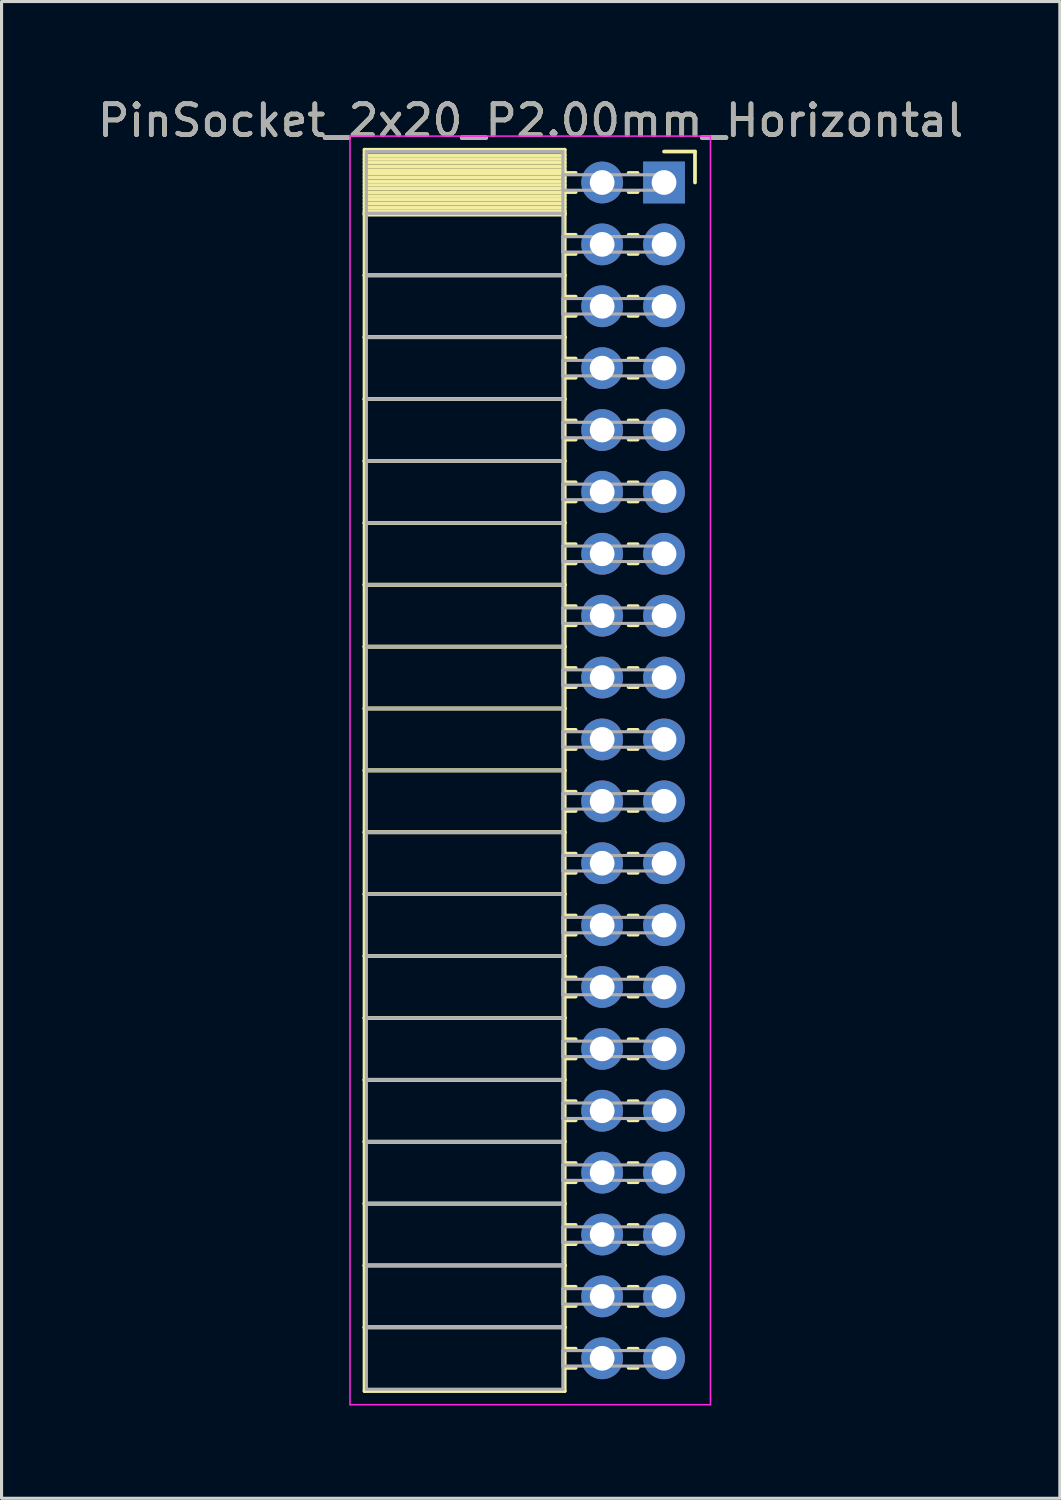
<source format=kicad_pcb>
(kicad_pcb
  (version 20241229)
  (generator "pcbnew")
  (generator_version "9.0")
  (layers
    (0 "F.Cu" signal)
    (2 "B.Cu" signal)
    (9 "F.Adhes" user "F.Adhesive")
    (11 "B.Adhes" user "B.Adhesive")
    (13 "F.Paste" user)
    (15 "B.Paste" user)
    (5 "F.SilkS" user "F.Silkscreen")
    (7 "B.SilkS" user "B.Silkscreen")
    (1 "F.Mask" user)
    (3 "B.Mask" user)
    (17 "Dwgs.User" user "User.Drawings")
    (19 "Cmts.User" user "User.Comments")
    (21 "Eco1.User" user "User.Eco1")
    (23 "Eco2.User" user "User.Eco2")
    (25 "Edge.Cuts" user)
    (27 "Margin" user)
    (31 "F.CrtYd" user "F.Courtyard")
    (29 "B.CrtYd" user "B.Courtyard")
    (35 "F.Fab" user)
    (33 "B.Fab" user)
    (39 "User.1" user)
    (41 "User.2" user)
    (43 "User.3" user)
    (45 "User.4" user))
  (footprint "PinSocket_2x20_P2.00mm_Horizontal"
    (layer "F.Cu")
    (at 18.411 2.848)
    (property "Reference" "PinSocket_2x20_P2.00mm_Horizontal" (at -4.31 -2 0) (layer "F.SilkS") (effects (font (size 1 1) (thickness 0.15))))
    (attr through_hole)
    (fp_line (start -9.68 -1.06) (end -3.21 -1.06) (stroke (width 0.12) (type solid)) (layer "F.SilkS"))
    (fp_line (start -9.68 1) (end -9.68 -1.06) (stroke (width 0.12) (type solid)) (layer "F.SilkS"))
    (fp_line (start -9.68 1) (end -3.21 1) (stroke (width 0.12) (type solid)) (layer "F.SilkS"))
    (fp_line (start -9.68 3) (end -9.68 1) (stroke (width 0.12) (type solid)) (layer "F.SilkS"))
    (fp_line (start -9.68 3) (end -3.21 3) (stroke (width 0.12) (type solid)) (layer "F.SilkS"))
    (fp_line (start -9.68 5) (end -9.68 3) (stroke (width 0.12) (type solid)) (layer "F.SilkS"))
    (fp_line (start -9.68 5) (end -3.21 5) (stroke (width 0.12) (type solid)) (layer "F.SilkS"))
    (fp_line (start -9.68 7) (end -9.68 5) (stroke (width 0.12) (type solid)) (layer "F.SilkS"))
    (fp_line (start -9.68 7) (end -3.21 7) (stroke (width 0.12) (type solid)) (layer "F.SilkS"))
    (fp_line (start -9.68 9) (end -9.68 7) (stroke (width 0.12) (type solid)) (layer "F.SilkS"))
    (fp_line (start -9.68 9) (end -3.21 9) (stroke (width 0.12) (type solid)) (layer "F.SilkS"))
    (fp_line (start -9.68 11) (end -9.68 9) (stroke (width 0.12) (type solid)) (layer "F.SilkS"))
    (fp_line (start -9.68 11) (end -3.21 11) (stroke (width 0.12) (type solid)) (layer "F.SilkS"))
    (fp_line (start -9.68 13) (end -9.68 11) (stroke (width 0.12) (type solid)) (layer "F.SilkS"))
    (fp_line (start -9.68 13) (end -3.21 13) (stroke (width 0.12) (type solid)) (layer "F.SilkS"))
    (fp_line (start -9.68 15) (end -9.68 13) (stroke (width 0.12) (type solid)) (layer "F.SilkS"))
    (fp_line (start -9.68 15) (end -3.21 15) (stroke (width 0.12) (type solid)) (layer "F.SilkS"))
    (fp_line (start -9.68 17) (end -9.68 15) (stroke (width 0.12) (type solid)) (layer "F.SilkS"))
    (fp_line (start -9.68 17) (end -3.21 17) (stroke (width 0.12) (type solid)) (layer "F.SilkS"))
    (fp_line (start -9.68 19) (end -9.68 17) (stroke (width 0.12) (type solid)) (layer "F.SilkS"))
    (fp_line (start -9.68 19) (end -3.21 19) (stroke (width 0.12) (type solid)) (layer "F.SilkS"))
    (fp_line (start -9.68 21) (end -9.68 19) (stroke (width 0.12) (type solid)) (layer "F.SilkS"))
    (fp_line (start -9.68 21) (end -3.21 21) (stroke (width 0.12) (type solid)) (layer "F.SilkS"))
    (fp_line (start -9.68 23) (end -9.68 21) (stroke (width 0.12) (type solid)) (layer "F.SilkS"))
    (fp_line (start -9.68 23) (end -3.21 23) (stroke (width 0.12) (type solid)) (layer "F.SilkS"))
    (fp_line (start -9.68 25) (end -9.68 23) (stroke (width 0.12) (type solid)) (layer "F.SilkS"))
    (fp_line (start -9.68 25) (end -3.21 25) (stroke (width 0.12) (type solid)) (layer "F.SilkS"))
    (fp_line (start -9.68 27) (end -9.68 25) (stroke (width 0.12) (type solid)) (layer "F.SilkS"))
    (fp_line (start -9.68 27) (end -3.21 27) (stroke (width 0.12) (type solid)) (layer "F.SilkS"))
    (fp_line (start -9.68 29) (end -9.68 27) (stroke (width 0.12) (type solid)) (layer "F.SilkS"))
    (fp_line (start -9.68 29) (end -3.21 29) (stroke (width 0.12) (type solid)) (layer "F.SilkS"))
    (fp_line (start -9.68 31) (end -9.68 29) (stroke (width 0.12) (type solid)) (layer "F.SilkS"))
    (fp_line (start -9.68 31) (end -3.21 31) (stroke (width 0.12) (type solid)) (layer "F.SilkS"))
    (fp_line (start -9.68 33) (end -9.68 31) (stroke (width 0.12) (type solid)) (layer "F.SilkS"))
    (fp_line (start -9.68 33) (end -3.21 33) (stroke (width 0.12) (type solid)) (layer "F.SilkS"))
    (fp_line (start -9.68 35) (end -9.68 33) (stroke (width 0.12) (type solid)) (layer "F.SilkS"))
    (fp_line (start -9.68 35) (end -3.21 35) (stroke (width 0.12) (type solid)) (layer "F.SilkS"))
    (fp_line (start -9.68 37) (end -9.68 35) (stroke (width 0.12) (type solid)) (layer "F.SilkS"))
    (fp_line (start -9.68 37) (end -3.21 37) (stroke (width 0.12) (type solid)) (layer "F.SilkS"))
    (fp_line (start -9.68 39.06) (end -9.68 37) (stroke (width 0.12) (type solid)) (layer "F.SilkS"))
    (fp_line (start -3.21 -1.06) (end -3.21 1) (stroke (width 0.12) (type solid)) (layer "F.SilkS"))
    (fp_line (start -3.21 -0.88) (end -9.68 -0.88) (stroke (width 0.12) (type solid)) (layer "F.SilkS"))
    (fp_line (start -3.21 -0.76) (end -9.68 -0.76) (stroke (width 0.12) (type solid)) (layer "F.SilkS"))
    (fp_line (start -3.21 -0.64) (end -9.68 -0.64) (stroke (width 0.12) (type solid)) (layer "F.SilkS"))
    (fp_line (start -3.21 -0.52) (end -9.68 -0.52) (stroke (width 0.12) (type solid)) (layer "F.SilkS"))
    (fp_line (start -3.21 -0.4) (end -9.68 -0.4) (stroke (width 0.12) (type solid)) (layer "F.SilkS"))
    (fp_line (start -3.21 -0.28) (end -9.68 -0.28) (stroke (width 0.12) (type solid)) (layer "F.SilkS"))
    (fp_line (start -3.21 -0.16) (end -9.68 -0.16) (stroke (width 0.12) (type solid)) (layer "F.SilkS"))
    (fp_line (start -3.21 -0.04) (end -9.68 -0.04) (stroke (width 0.12) (type solid)) (layer "F.SilkS"))
    (fp_line (start -3.21 0.08) (end -9.68 0.08) (stroke (width 0.12) (type solid)) (layer "F.SilkS"))
    (fp_line (start -3.21 0.2) (end -9.68 0.2) (stroke (width 0.12) (type solid)) (layer "F.SilkS"))
    (fp_line (start -3.21 0.32) (end -9.68 0.32) (stroke (width 0.12) (type solid)) (layer "F.SilkS"))
    (fp_line (start -3.21 0.44) (end -9.68 0.44) (stroke (width 0.12) (type solid)) (layer "F.SilkS"))
    (fp_line (start -3.21 0.56) (end -9.68 0.56) (stroke (width 0.12) (type solid)) (layer "F.SilkS"))
    (fp_line (start -3.21 0.68) (end -9.68 0.68) (stroke (width 0.12) (type solid)) (layer "F.SilkS"))
    (fp_line (start -3.21 0.8) (end -9.68 0.8) (stroke (width 0.12) (type solid)) (layer "F.SilkS"))
    (fp_line (start -3.21 0.92) (end -9.68 0.92) (stroke (width 0.12) (type solid)) (layer "F.SilkS"))
    (fp_line (start -3.21 1) (end -9.68 1) (stroke (width 0.12) (type solid)) (layer "F.SilkS"))
    (fp_line (start -3.21 1) (end -3.21 3) (stroke (width 0.12) (type solid)) (layer "F.SilkS"))
    (fp_line (start -3.21 1.04) (end -9.68 1.04) (stroke (width 0.12) (type solid)) (layer "F.SilkS"))
    (fp_line (start -3.21 3) (end -9.68 3) (stroke (width 0.12) (type solid)) (layer "F.SilkS"))
    (fp_line (start -3.21 3) (end -3.21 5) (stroke (width 0.12) (type solid)) (layer "F.SilkS"))
    (fp_line (start -3.21 5) (end -9.68 5) (stroke (width 0.12) (type solid)) (layer "F.SilkS"))
    (fp_line (start -3.21 5) (end -3.21 7) (stroke (width 0.12) (type solid)) (layer "F.SilkS"))
    (fp_line (start -3.21 7) (end -9.68 7) (stroke (width 0.12) (type solid)) (layer "F.SilkS"))
    (fp_line (start -3.21 7) (end -3.21 9) (stroke (width 0.12) (type solid)) (layer "F.SilkS"))
    (fp_line (start -3.21 9) (end -9.68 9) (stroke (width 0.12) (type solid)) (layer "F.SilkS"))
    (fp_line (start -3.21 9) (end -3.21 11) (stroke (width 0.12) (type solid)) (layer "F.SilkS"))
    (fp_line (start -3.21 11) (end -9.68 11) (stroke (width 0.12) (type solid)) (layer "F.SilkS"))
    (fp_line (start -3.21 11) (end -3.21 13) (stroke (width 0.12) (type solid)) (layer "F.SilkS"))
    (fp_line (start -3.21 13) (end -9.68 13) (stroke (width 0.12) (type solid)) (layer "F.SilkS"))
    (fp_line (start -3.21 13) (end -3.21 15) (stroke (width 0.12) (type solid)) (layer "F.SilkS"))
    (fp_line (start -3.21 15) (end -9.68 15) (stroke (width 0.12) (type solid)) (layer "F.SilkS"))
    (fp_line (start -3.21 15) (end -3.21 17) (stroke (width 0.12) (type solid)) (layer "F.SilkS"))
    (fp_line (start -3.21 17) (end -9.68 17) (stroke (width 0.12) (type solid)) (layer "F.SilkS"))
    (fp_line (start -3.21 17) (end -3.21 19) (stroke (width 0.12) (type solid)) (layer "F.SilkS"))
    (fp_line (start -3.21 19) (end -9.68 19) (stroke (width 0.12) (type solid)) (layer "F.SilkS"))
    (fp_line (start -3.21 19) (end -3.21 21) (stroke (width 0.12) (type solid)) (layer "F.SilkS"))
    (fp_line (start -3.21 21) (end -9.68 21) (stroke (width 0.12) (type solid)) (layer "F.SilkS"))
    (fp_line (start -3.21 21) (end -3.21 23) (stroke (width 0.12) (type solid)) (layer "F.SilkS"))
    (fp_line (start -3.21 23) (end -9.68 23) (stroke (width 0.12) (type solid)) (layer "F.SilkS"))
    (fp_line (start -3.21 23) (end -3.21 25) (stroke (width 0.12) (type solid)) (layer "F.SilkS"))
    (fp_line (start -3.21 25) (end -9.68 25) (stroke (width 0.12) (type solid)) (layer "F.SilkS"))
    (fp_line (start -3.21 25) (end -3.21 27) (stroke (width 0.12) (type solid)) (layer "F.SilkS"))
    (fp_line (start -3.21 27) (end -9.68 27) (stroke (width 0.12) (type solid)) (layer "F.SilkS"))
    (fp_line (start -3.21 27) (end -3.21 29) (stroke (width 0.12) (type solid)) (layer "F.SilkS"))
    (fp_line (start -3.21 29) (end -9.68 29) (stroke (width 0.12) (type solid)) (layer "F.SilkS"))
    (fp_line (start -3.21 29) (end -3.21 31) (stroke (width 0.12) (type solid)) (layer "F.SilkS"))
    (fp_line (start -3.21 31) (end -9.68 31) (stroke (width 0.12) (type solid)) (layer "F.SilkS"))
    (fp_line (start -3.21 31) (end -3.21 33) (stroke (width 0.12) (type solid)) (layer "F.SilkS"))
    (fp_line (start -3.21 33) (end -9.68 33) (stroke (width 0.12) (type solid)) (layer "F.SilkS"))
    (fp_line (start -3.21 33) (end -3.21 35) (stroke (width 0.12) (type solid)) (layer "F.SilkS"))
    (fp_line (start -3.21 35) (end -9.68 35) (stroke (width 0.12) (type solid)) (layer "F.SilkS"))
    (fp_line (start -3.21 35) (end -3.21 37) (stroke (width 0.12) (type solid)) (layer "F.SilkS"))
    (fp_line (start -3.21 37) (end -9.68 37) (stroke (width 0.12) (type solid)) (layer "F.SilkS"))
    (fp_line (start -3.21 37) (end -3.21 39.06) (stroke (width 0.12) (type solid)) (layer "F.SilkS"))
    (fp_line (start -3.21 39.06) (end -9.68 39.06) (stroke (width 0.12) (type solid)) (layer "F.SilkS"))
    (fp_line (start -2.855 -0.31) (end -3.21 -0.31) (stroke (width 0.12) (type solid)) (layer "F.SilkS"))
    (fp_line (start -2.855 0.31) (end -3.21 0.31) (stroke (width 0.12) (type solid)) (layer "F.SilkS"))
    (fp_line (start -2.855 1.69) (end -3.21 1.69) (stroke (width 0.12) (type solid)) (layer "F.SilkS"))
    (fp_line (start -2.855 2.31) (end -3.21 2.31) (stroke (width 0.12) (type solid)) (layer "F.SilkS"))
    (fp_line (start -2.855 3.69) (end -3.21 3.69) (stroke (width 0.12) (type solid)) (layer "F.SilkS"))
    (fp_line (start -2.855 4.31) (end -3.21 4.31) (stroke (width 0.12) (type solid)) (layer "F.SilkS"))
    (fp_line (start -2.855 5.69) (end -3.21 5.69) (stroke (width 0.12) (type solid)) (layer "F.SilkS"))
    (fp_line (start -2.855 6.31) (end -3.21 6.31) (stroke (width 0.12) (type solid)) (layer "F.SilkS"))
    (fp_line (start -2.855 7.69) (end -3.21 7.69) (stroke (width 0.12) (type solid)) (layer "F.SilkS"))
    (fp_line (start -2.855 8.31) (end -3.21 8.31) (stroke (width 0.12) (type solid)) (layer "F.SilkS"))
    (fp_line (start -2.855 9.69) (end -3.21 9.69) (stroke (width 0.12) (type solid)) (layer "F.SilkS"))
    (fp_line (start -2.855 10.31) (end -3.21 10.31) (stroke (width 0.12) (type solid)) (layer "F.SilkS"))
    (fp_line (start -2.855 11.69) (end -3.21 11.69) (stroke (width 0.12) (type solid)) (layer "F.SilkS"))
    (fp_line (start -2.855 12.31) (end -3.21 12.31) (stroke (width 0.12) (type solid)) (layer "F.SilkS"))
    (fp_line (start -2.855 13.69) (end -3.21 13.69) (stroke (width 0.12) (type solid)) (layer "F.SilkS"))
    (fp_line (start -2.855 14.31) (end -3.21 14.31) (stroke (width 0.12) (type solid)) (layer "F.SilkS"))
    (fp_line (start -2.855 15.69) (end -3.21 15.69) (stroke (width 0.12) (type solid)) (layer "F.SilkS"))
    (fp_line (start -2.855 16.31) (end -3.21 16.31) (stroke (width 0.12) (type solid)) (layer "F.SilkS"))
    (fp_line (start -2.855 17.69) (end -3.21 17.69) (stroke (width 0.12) (type solid)) (layer "F.SilkS"))
    (fp_line (start -2.855 18.31) (end -3.21 18.31) (stroke (width 0.12) (type solid)) (layer "F.SilkS"))
    (fp_line (start -2.855 19.69) (end -3.21 19.69) (stroke (width 0.12) (type solid)) (layer "F.SilkS"))
    (fp_line (start -2.855 20.31) (end -3.21 20.31) (stroke (width 0.12) (type solid)) (layer "F.SilkS"))
    (fp_line (start -2.855 21.69) (end -3.21 21.69) (stroke (width 0.12) (type solid)) (layer "F.SilkS"))
    (fp_line (start -2.855 22.31) (end -3.21 22.31) (stroke (width 0.12) (type solid)) (layer "F.SilkS"))
    (fp_line (start -2.855 23.69) (end -3.21 23.69) (stroke (width 0.12) (type solid)) (layer "F.SilkS"))
    (fp_line (start -2.855 24.31) (end -3.21 24.31) (stroke (width 0.12) (type solid)) (layer "F.SilkS"))
    (fp_line (start -2.855 25.69) (end -3.21 25.69) (stroke (width 0.12) (type solid)) (layer "F.SilkS"))
    (fp_line (start -2.855 26.31) (end -3.21 26.31) (stroke (width 0.12) (type solid)) (layer "F.SilkS"))
    (fp_line (start -2.855 27.69) (end -3.21 27.69) (stroke (width 0.12) (type solid)) (layer "F.SilkS"))
    (fp_line (start -2.855 28.31) (end -3.21 28.31) (stroke (width 0.12) (type solid)) (layer "F.SilkS"))
    (fp_line (start -2.855 29.69) (end -3.21 29.69) (stroke (width 0.12) (type solid)) (layer "F.SilkS"))
    (fp_line (start -2.855 30.31) (end -3.21 30.31) (stroke (width 0.12) (type solid)) (layer "F.SilkS"))
    (fp_line (start -2.855 31.69) (end -3.21 31.69) (stroke (width 0.12) (type solid)) (layer "F.SilkS"))
    (fp_line (start -2.855 32.31) (end -3.21 32.31) (stroke (width 0.12) (type solid)) (layer "F.SilkS"))
    (fp_line (start -2.855 33.69) (end -3.21 33.69) (stroke (width 0.12) (type solid)) (layer "F.SilkS"))
    (fp_line (start -2.855 34.31) (end -3.21 34.31) (stroke (width 0.12) (type solid)) (layer "F.SilkS"))
    (fp_line (start -2.855 35.69) (end -3.21 35.69) (stroke (width 0.12) (type solid)) (layer "F.SilkS"))
    (fp_line (start -2.855 36.31) (end -3.21 36.31) (stroke (width 0.12) (type solid)) (layer "F.SilkS"))
    (fp_line (start -2.855 37.69) (end -3.21 37.69) (stroke (width 0.12) (type solid)) (layer "F.SilkS"))
    (fp_line (start -2.855 38.31) (end -3.21 38.31) (stroke (width 0.12) (type solid)) (layer "F.SilkS"))
    (fp_line (start -0.855 -0.31) (end -1.145 -0.31) (stroke (width 0.12) (type solid)) (layer "F.SilkS"))
    (fp_line (start -0.855 0.31) (end -1.145 0.31) (stroke (width 0.12) (type solid)) (layer "F.SilkS"))
    (fp_line (start -0.855 1.69) (end -1.145 1.69) (stroke (width 0.12) (type solid)) (layer "F.SilkS"))
    (fp_line (start -0.855 2.31) (end -1.145 2.31) (stroke (width 0.12) (type solid)) (layer "F.SilkS"))
    (fp_line (start -0.855 3.69) (end -1.145 3.69) (stroke (width 0.12) (type solid)) (layer "F.SilkS"))
    (fp_line (start -0.855 4.31) (end -1.145 4.31) (stroke (width 0.12) (type solid)) (layer "F.SilkS"))
    (fp_line (start -0.855 5.69) (end -1.145 5.69) (stroke (width 0.12) (type solid)) (layer "F.SilkS"))
    (fp_line (start -0.855 6.31) (end -1.145 6.31) (stroke (width 0.12) (type solid)) (layer "F.SilkS"))
    (fp_line (start -0.855 7.69) (end -1.145 7.69) (stroke (width 0.12) (type solid)) (layer "F.SilkS"))
    (fp_line (start -0.855 8.31) (end -1.145 8.31) (stroke (width 0.12) (type solid)) (layer "F.SilkS"))
    (fp_line (start -0.855 9.69) (end -1.145 9.69) (stroke (width 0.12) (type solid)) (layer "F.SilkS"))
    (fp_line (start -0.855 10.31) (end -1.145 10.31) (stroke (width 0.12) (type solid)) (layer "F.SilkS"))
    (fp_line (start -0.855 11.69) (end -1.145 11.69) (stroke (width 0.12) (type solid)) (layer "F.SilkS"))
    (fp_line (start -0.855 12.31) (end -1.145 12.31) (stroke (width 0.12) (type solid)) (layer "F.SilkS"))
    (fp_line (start -0.855 13.69) (end -1.145 13.69) (stroke (width 0.12) (type solid)) (layer "F.SilkS"))
    (fp_line (start -0.855 14.31) (end -1.145 14.31) (stroke (width 0.12) (type solid)) (layer "F.SilkS"))
    (fp_line (start -0.855 15.69) (end -1.145 15.69) (stroke (width 0.12) (type solid)) (layer "F.SilkS"))
    (fp_line (start -0.855 16.31) (end -1.145 16.31) (stroke (width 0.12) (type solid)) (layer "F.SilkS"))
    (fp_line (start -0.855 17.69) (end -1.145 17.69) (stroke (width 0.12) (type solid)) (layer "F.SilkS"))
    (fp_line (start -0.855 18.31) (end -1.145 18.31) (stroke (width 0.12) (type solid)) (layer "F.SilkS"))
    (fp_line (start -0.855 19.69) (end -1.145 19.69) (stroke (width 0.12) (type solid)) (layer "F.SilkS"))
    (fp_line (start -0.855 20.31) (end -1.145 20.31) (stroke (width 0.12) (type solid)) (layer "F.SilkS"))
    (fp_line (start -0.855 21.69) (end -1.145 21.69) (stroke (width 0.12) (type solid)) (layer "F.SilkS"))
    (fp_line (start -0.855 22.31) (end -1.145 22.31) (stroke (width 0.12) (type solid)) (layer "F.SilkS"))
    (fp_line (start -0.855 23.69) (end -1.145 23.69) (stroke (width 0.12) (type solid)) (layer "F.SilkS"))
    (fp_line (start -0.855 24.31) (end -1.145 24.31) (stroke (width 0.12) (type solid)) (layer "F.SilkS"))
    (fp_line (start -0.855 25.69) (end -1.145 25.69) (stroke (width 0.12) (type solid)) (layer "F.SilkS"))
    (fp_line (start -0.855 26.31) (end -1.145 26.31) (stroke (width 0.12) (type solid)) (layer "F.SilkS"))
    (fp_line (start -0.855 27.69) (end -1.145 27.69) (stroke (width 0.12) (type solid)) (layer "F.SilkS"))
    (fp_line (start -0.855 28.31) (end -1.145 28.31) (stroke (width 0.12) (type solid)) (layer "F.SilkS"))
    (fp_line (start -0.855 29.69) (end -1.145 29.69) (stroke (width 0.12) (type solid)) (layer "F.SilkS"))
    (fp_line (start -0.855 30.31) (end -1.145 30.31) (stroke (width 0.12) (type solid)) (layer "F.SilkS"))
    (fp_line (start -0.855 31.69) (end -1.145 31.69) (stroke (width 0.12) (type solid)) (layer "F.SilkS"))
    (fp_line (start -0.855 32.31) (end -1.145 32.31) (stroke (width 0.12) (type solid)) (layer "F.SilkS"))
    (fp_line (start -0.855 33.69) (end -1.145 33.69) (stroke (width 0.12) (type solid)) (layer "F.SilkS"))
    (fp_line (start -0.855 34.31) (end -1.145 34.31) (stroke (width 0.12) (type solid)) (layer "F.SilkS"))
    (fp_line (start -0.855 35.69) (end -1.145 35.69) (stroke (width 0.12) (type solid)) (layer "F.SilkS"))
    (fp_line (start -0.855 36.31) (end -1.145 36.31) (stroke (width 0.12) (type solid)) (layer "F.SilkS"))
    (fp_line (start -0.855 37.69) (end -1.145 37.69) (stroke (width 0.12) (type solid)) (layer "F.SilkS"))
    (fp_line (start -0.855 38.31) (end -1.145 38.31) (stroke (width 0.12) (type solid)) (layer "F.SilkS"))
    (fp_line (start 0 -1) (end 1 -1) (stroke (width 0.12) (type solid)) (layer "F.SilkS"))
    (fp_line (start 1 -1) (end 1 0) (stroke (width 0.12) (type solid)) (layer "F.SilkS"))
    (fp_line (start -10.15 -1.5) (end 1.5 -1.5) (stroke (width 0.05) (type solid)) (layer "F.CrtYd"))
    (fp_line (start -10.15 39.5) (end -10.15 -1.5) (stroke (width 0.05) (type solid)) (layer "F.CrtYd"))
    (fp_line (start 1.5 -1.5) (end 1.5 39.5) (stroke (width 0.05) (type solid)) (layer "F.CrtYd"))
    (fp_line (start 1.5 39.5) (end -10.15 39.5) (stroke (width 0.05) (type solid)) (layer "F.CrtYd"))
    (fp_line (start -9.62 -1) (end -3.27 -1) (stroke (width 0.1) (type solid)) (layer "F.Fab"))
    (fp_line (start -9.62 1) (end -9.62 -1) (stroke (width 0.1) (type solid)) (layer "F.Fab"))
    (fp_line (start -9.62 1) (end -3.27 1) (stroke (width 0.1) (type solid)) (layer "F.Fab"))
    (fp_line (start -9.62 3) (end -9.62 1) (stroke (width 0.1) (type solid)) (layer "F.Fab"))
    (fp_line (start -9.62 3) (end -3.27 3) (stroke (width 0.1) (type solid)) (layer "F.Fab"))
    (fp_line (start -9.62 5) (end -9.62 3) (stroke (width 0.1) (type solid)) (layer "F.Fab"))
    (fp_line (start -9.62 5) (end -3.27 5) (stroke (width 0.1) (type solid)) (layer "F.Fab"))
    (fp_line (start -9.62 7) (end -9.62 5) (stroke (width 0.1) (type solid)) (layer "F.Fab"))
    (fp_line (start -9.62 7) (end -3.27 7) (stroke (width 0.1) (type solid)) (layer "F.Fab"))
    (fp_line (start -9.62 9) (end -9.62 7) (stroke (width 0.1) (type solid)) (layer "F.Fab"))
    (fp_line (start -9.62 9) (end -3.27 9) (stroke (width 0.1) (type solid)) (layer "F.Fab"))
    (fp_line (start -9.62 11) (end -9.62 9) (stroke (width 0.1) (type solid)) (layer "F.Fab"))
    (fp_line (start -9.62 11) (end -3.27 11) (stroke (width 0.1) (type solid)) (layer "F.Fab"))
    (fp_line (start -9.62 13) (end -9.62 11) (stroke (width 0.1) (type solid)) (layer "F.Fab"))
    (fp_line (start -9.62 13) (end -3.27 13) (stroke (width 0.1) (type solid)) (layer "F.Fab"))
    (fp_line (start -9.62 15) (end -9.62 13) (stroke (width 0.1) (type solid)) (layer "F.Fab"))
    (fp_line (start -9.62 15) (end -3.27 15) (stroke (width 0.1) (type solid)) (layer "F.Fab"))
    (fp_line (start -9.62 17) (end -9.62 15) (stroke (width 0.1) (type solid)) (layer "F.Fab"))
    (fp_line (start -9.62 17) (end -3.27 17) (stroke (width 0.1) (type solid)) (layer "F.Fab"))
    (fp_line (start -9.62 19) (end -9.62 17) (stroke (width 0.1) (type solid)) (layer "F.Fab"))
    (fp_line (start -9.62 19) (end -3.27 19) (stroke (width 0.1) (type solid)) (layer "F.Fab"))
    (fp_line (start -9.62 21) (end -9.62 19) (stroke (width 0.1) (type solid)) (layer "F.Fab"))
    (fp_line (start -9.62 21) (end -3.27 21) (stroke (width 0.1) (type solid)) (layer "F.Fab"))
    (fp_line (start -9.62 23) (end -9.62 21) (stroke (width 0.1) (type solid)) (layer "F.Fab"))
    (fp_line (start -9.62 23) (end -3.27 23) (stroke (width 0.1) (type solid)) (layer "F.Fab"))
    (fp_line (start -9.62 25) (end -9.62 23) (stroke (width 0.1) (type solid)) (layer "F.Fab"))
    (fp_line (start -9.62 25) (end -3.27 25) (stroke (width 0.1) (type solid)) (layer "F.Fab"))
    (fp_line (start -9.62 27) (end -9.62 25) (stroke (width 0.1) (type solid)) (layer "F.Fab"))
    (fp_line (start -9.62 27) (end -3.27 27) (stroke (width 0.1) (type solid)) (layer "F.Fab"))
    (fp_line (start -9.62 29) (end -9.62 27) (stroke (width 0.1) (type solid)) (layer "F.Fab"))
    (fp_line (start -9.62 29) (end -3.27 29) (stroke (width 0.1) (type solid)) (layer "F.Fab"))
    (fp_line (start -9.62 31) (end -9.62 29) (stroke (width 0.1) (type solid)) (layer "F.Fab"))
    (fp_line (start -9.62 31) (end -3.27 31) (stroke (width 0.1) (type solid)) (layer "F.Fab"))
    (fp_line (start -9.62 33) (end -9.62 31) (stroke (width 0.1) (type solid)) (layer "F.Fab"))
    (fp_line (start -9.62 33) (end -3.27 33) (stroke (width 0.1) (type solid)) (layer "F.Fab"))
    (fp_line (start -9.62 35) (end -9.62 33) (stroke (width 0.1) (type solid)) (layer "F.Fab"))
    (fp_line (start -9.62 35) (end -3.27 35) (stroke (width 0.1) (type solid)) (layer "F.Fab"))
    (fp_line (start -9.62 37) (end -9.62 35) (stroke (width 0.1) (type solid)) (layer "F.Fab"))
    (fp_line (start -9.62 37) (end -3.27 37) (stroke (width 0.1) (type solid)) (layer "F.Fab"))
    (fp_line (start -9.62 39) (end -9.62 37) (stroke (width 0.1) (type solid)) (layer "F.Fab"))
    (fp_line (start -3.27 -1) (end -3.27 1) (stroke (width 0.1) (type solid)) (layer "F.Fab"))
    (fp_line (start -3.27 -0.25) (end 0 -0.25) (stroke (width 0.1) (type solid)) (layer "F.Fab"))
    (fp_line (start -3.27 0.25) (end -3.27 -0.25) (stroke (width 0.1) (type solid)) (layer "F.Fab"))
    (fp_line (start -3.27 1) (end -9.62 1) (stroke (width 0.1) (type solid)) (layer "F.Fab"))
    (fp_line (start -3.27 1) (end -3.27 3) (stroke (width 0.1) (type solid)) (layer "F.Fab"))
    (fp_line (start -3.27 1.75) (end 0 1.75) (stroke (width 0.1) (type solid)) (layer "F.Fab"))
    (fp_line (start -3.27 2.25) (end -3.27 1.75) (stroke (width 0.1) (type solid)) (layer "F.Fab"))
    (fp_line (start -3.27 3) (end -9.62 3) (stroke (width 0.1) (type solid)) (layer "F.Fab"))
    (fp_line (start -3.27 3) (end -3.27 5) (stroke (width 0.1) (type solid)) (layer "F.Fab"))
    (fp_line (start -3.27 3.75) (end 0 3.75) (stroke (width 0.1) (type solid)) (layer "F.Fab"))
    (fp_line (start -3.27 4.25) (end -3.27 3.75) (stroke (width 0.1) (type solid)) (layer "F.Fab"))
    (fp_line (start -3.27 5) (end -9.62 5) (stroke (width 0.1) (type solid)) (layer "F.Fab"))
    (fp_line (start -3.27 5) (end -3.27 7) (stroke (width 0.1) (type solid)) (layer "F.Fab"))
    (fp_line (start -3.27 5.75) (end 0 5.75) (stroke (width 0.1) (type solid)) (layer "F.Fab"))
    (fp_line (start -3.27 6.25) (end -3.27 5.75) (stroke (width 0.1) (type solid)) (layer "F.Fab"))
    (fp_line (start -3.27 7) (end -9.62 7) (stroke (width 0.1) (type solid)) (layer "F.Fab"))
    (fp_line (start -3.27 7) (end -3.27 9) (stroke (width 0.1) (type solid)) (layer "F.Fab"))
    (fp_line (start -3.27 7.75) (end 0 7.75) (stroke (width 0.1) (type solid)) (layer "F.Fab"))
    (fp_line (start -3.27 8.25) (end -3.27 7.75) (stroke (width 0.1) (type solid)) (layer "F.Fab"))
    (fp_line (start -3.27 9) (end -9.62 9) (stroke (width 0.1) (type solid)) (layer "F.Fab"))
    (fp_line (start -3.27 9) (end -3.27 11) (stroke (width 0.1) (type solid)) (layer "F.Fab"))
    (fp_line (start -3.27 9.75) (end 0 9.75) (stroke (width 0.1) (type solid)) (layer "F.Fab"))
    (fp_line (start -3.27 10.25) (end -3.27 9.75) (stroke (width 0.1) (type solid)) (layer "F.Fab"))
    (fp_line (start -3.27 11) (end -9.62 11) (stroke (width 0.1) (type solid)) (layer "F.Fab"))
    (fp_line (start -3.27 11) (end -3.27 13) (stroke (width 0.1) (type solid)) (layer "F.Fab"))
    (fp_line (start -3.27 11.75) (end 0 11.75) (stroke (width 0.1) (type solid)) (layer "F.Fab"))
    (fp_line (start -3.27 12.25) (end -3.27 11.75) (stroke (width 0.1) (type solid)) (layer "F.Fab"))
    (fp_line (start -3.27 13) (end -9.62 13) (stroke (width 0.1) (type solid)) (layer "F.Fab"))
    (fp_line (start -3.27 13) (end -3.27 15) (stroke (width 0.1) (type solid)) (layer "F.Fab"))
    (fp_line (start -3.27 13.75) (end 0 13.75) (stroke (width 0.1) (type solid)) (layer "F.Fab"))
    (fp_line (start -3.27 14.25) (end -3.27 13.75) (stroke (width 0.1) (type solid)) (layer "F.Fab"))
    (fp_line (start -3.27 15) (end -9.62 15) (stroke (width 0.1) (type solid)) (layer "F.Fab"))
    (fp_line (start -3.27 15) (end -3.27 17) (stroke (width 0.1) (type solid)) (layer "F.Fab"))
    (fp_line (start -3.27 15.75) (end 0 15.75) (stroke (width 0.1) (type solid)) (layer "F.Fab"))
    (fp_line (start -3.27 16.25) (end -3.27 15.75) (stroke (width 0.1) (type solid)) (layer "F.Fab"))
    (fp_line (start -3.27 17) (end -9.62 17) (stroke (width 0.1) (type solid)) (layer "F.Fab"))
    (fp_line (start -3.27 17) (end -3.27 19) (stroke (width 0.1) (type solid)) (layer "F.Fab"))
    (fp_line (start -3.27 17.75) (end 0 17.75) (stroke (width 0.1) (type solid)) (layer "F.Fab"))
    (fp_line (start -3.27 18.25) (end -3.27 17.75) (stroke (width 0.1) (type solid)) (layer "F.Fab"))
    (fp_line (start -3.27 19) (end -9.62 19) (stroke (width 0.1) (type solid)) (layer "F.Fab"))
    (fp_line (start -3.27 19) (end -3.27 21) (stroke (width 0.1) (type solid)) (layer "F.Fab"))
    (fp_line (start -3.27 19.75) (end 0 19.75) (stroke (width 0.1) (type solid)) (layer "F.Fab"))
    (fp_line (start -3.27 20.25) (end -3.27 19.75) (stroke (width 0.1) (type solid)) (layer "F.Fab"))
    (fp_line (start -3.27 21) (end -9.62 21) (stroke (width 0.1) (type solid)) (layer "F.Fab"))
    (fp_line (start -3.27 21) (end -3.27 23) (stroke (width 0.1) (type solid)) (layer "F.Fab"))
    (fp_line (start -3.27 21.75) (end 0 21.75) (stroke (width 0.1) (type solid)) (layer "F.Fab"))
    (fp_line (start -3.27 22.25) (end -3.27 21.75) (stroke (width 0.1) (type solid)) (layer "F.Fab"))
    (fp_line (start -3.27 23) (end -9.62 23) (stroke (width 0.1) (type solid)) (layer "F.Fab"))
    (fp_line (start -3.27 23) (end -3.27 25) (stroke (width 0.1) (type solid)) (layer "F.Fab"))
    (fp_line (start -3.27 23.75) (end 0 23.75) (stroke (width 0.1) (type solid)) (layer "F.Fab"))
    (fp_line (start -3.27 24.25) (end -3.27 23.75) (stroke (width 0.1) (type solid)) (layer "F.Fab"))
    (fp_line (start -3.27 25) (end -9.62 25) (stroke (width 0.1) (type solid)) (layer "F.Fab"))
    (fp_line (start -3.27 25) (end -3.27 27) (stroke (width 0.1) (type solid)) (layer "F.Fab"))
    (fp_line (start -3.27 25.75) (end 0 25.75) (stroke (width 0.1) (type solid)) (layer "F.Fab"))
    (fp_line (start -3.27 26.25) (end -3.27 25.75) (stroke (width 0.1) (type solid)) (layer "F.Fab"))
    (fp_line (start -3.27 27) (end -9.62 27) (stroke (width 0.1) (type solid)) (layer "F.Fab"))
    (fp_line (start -3.27 27) (end -3.27 29) (stroke (width 0.1) (type solid)) (layer "F.Fab"))
    (fp_line (start -3.27 27.75) (end 0 27.75) (stroke (width 0.1) (type solid)) (layer "F.Fab"))
    (fp_line (start -3.27 28.25) (end -3.27 27.75) (stroke (width 0.1) (type solid)) (layer "F.Fab"))
    (fp_line (start -3.27 29) (end -9.62 29) (stroke (width 0.1) (type solid)) (layer "F.Fab"))
    (fp_line (start -3.27 29) (end -3.27 31) (stroke (width 0.1) (type solid)) (layer "F.Fab"))
    (fp_line (start -3.27 29.75) (end 0 29.75) (stroke (width 0.1) (type solid)) (layer "F.Fab"))
    (fp_line (start -3.27 30.25) (end -3.27 29.75) (stroke (width 0.1) (type solid)) (layer "F.Fab"))
    (fp_line (start -3.27 31) (end -9.62 31) (stroke (width 0.1) (type solid)) (layer "F.Fab"))
    (fp_line (start -3.27 31) (end -3.27 33) (stroke (width 0.1) (type solid)) (layer "F.Fab"))
    (fp_line (start -3.27 31.75) (end 0 31.75) (stroke (width 0.1) (type solid)) (layer "F.Fab"))
    (fp_line (start -3.27 32.25) (end -3.27 31.75) (stroke (width 0.1) (type solid)) (layer "F.Fab"))
    (fp_line (start -3.27 33) (end -9.62 33) (stroke (width 0.1) (type solid)) (layer "F.Fab"))
    (fp_line (start -3.27 33) (end -3.27 35) (stroke (width 0.1) (type solid)) (layer "F.Fab"))
    (fp_line (start -3.27 33.75) (end 0 33.75) (stroke (width 0.1) (type solid)) (layer "F.Fab"))
    (fp_line (start -3.27 34.25) (end -3.27 33.75) (stroke (width 0.1) (type solid)) (layer "F.Fab"))
    (fp_line (start -3.27 35) (end -9.62 35) (stroke (width 0.1) (type solid)) (layer "F.Fab"))
    (fp_line (start -3.27 35) (end -3.27 37) (stroke (width 0.1) (type solid)) (layer "F.Fab"))
    (fp_line (start -3.27 35.75) (end 0 35.75) (stroke (width 0.1) (type solid)) (layer "F.Fab"))
    (fp_line (start -3.27 36.25) (end -3.27 35.75) (stroke (width 0.1) (type solid)) (layer "F.Fab"))
    (fp_line (start -3.27 37) (end -9.62 37) (stroke (width 0.1) (type solid)) (layer "F.Fab"))
    (fp_line (start -3.27 37) (end -3.27 39) (stroke (width 0.1) (type solid)) (layer "F.Fab"))
    (fp_line (start -3.27 37.75) (end 0 37.75) (stroke (width 0.1) (type solid)) (layer "F.Fab"))
    (fp_line (start -3.27 38.25) (end -3.27 37.75) (stroke (width 0.1) (type solid)) (layer "F.Fab"))
    (fp_line (start -3.27 39) (end -9.62 39) (stroke (width 0.1) (type solid)) (layer "F.Fab"))
    (fp_line (start 0 -0.25) (end 0 0.25) (stroke (width 0.1) (type solid)) (layer "F.Fab"))
    (fp_line (start 0 0.25) (end -3.27 0.25) (stroke (width 0.1) (type solid)) (layer "F.Fab"))
    (fp_line (start 0 1.75) (end 0 2.25) (stroke (width 0.1) (type solid)) (layer "F.Fab"))
    (fp_line (start 0 2.25) (end -3.27 2.25) (stroke (width 0.1) (type solid)) (layer "F.Fab"))
    (fp_line (start 0 3.75) (end 0 4.25) (stroke (width 0.1) (type solid)) (layer "F.Fab"))
    (fp_line (start 0 4.25) (end -3.27 4.25) (stroke (width 0.1) (type solid)) (layer "F.Fab"))
    (fp_line (start 0 5.75) (end 0 6.25) (stroke (width 0.1) (type solid)) (layer "F.Fab"))
    (fp_line (start 0 6.25) (end -3.27 6.25) (stroke (width 0.1) (type solid)) (layer "F.Fab"))
    (fp_line (start 0 7.75) (end 0 8.25) (stroke (width 0.1) (type solid)) (layer "F.Fab"))
    (fp_line (start 0 8.25) (end -3.27 8.25) (stroke (width 0.1) (type solid)) (layer "F.Fab"))
    (fp_line (start 0 9.75) (end 0 10.25) (stroke (width 0.1) (type solid)) (layer "F.Fab"))
    (fp_line (start 0 10.25) (end -3.27 10.25) (stroke (width 0.1) (type solid)) (layer "F.Fab"))
    (fp_line (start 0 11.75) (end 0 12.25) (stroke (width 0.1) (type solid)) (layer "F.Fab"))
    (fp_line (start 0 12.25) (end -3.27 12.25) (stroke (width 0.1) (type solid)) (layer "F.Fab"))
    (fp_line (start 0 13.75) (end 0 14.25) (stroke (width 0.1) (type solid)) (layer "F.Fab"))
    (fp_line (start 0 14.25) (end -3.27 14.25) (stroke (width 0.1) (type solid)) (layer "F.Fab"))
    (fp_line (start 0 15.75) (end 0 16.25) (stroke (width 0.1) (type solid)) (layer "F.Fab"))
    (fp_line (start 0 16.25) (end -3.27 16.25) (stroke (width 0.1) (type solid)) (layer "F.Fab"))
    (fp_line (start 0 17.75) (end 0 18.25) (stroke (width 0.1) (type solid)) (layer "F.Fab"))
    (fp_line (start 0 18.25) (end -3.27 18.25) (stroke (width 0.1) (type solid)) (layer "F.Fab"))
    (fp_line (start 0 19.75) (end 0 20.25) (stroke (width 0.1) (type solid)) (layer "F.Fab"))
    (fp_line (start 0 20.25) (end -3.27 20.25) (stroke (width 0.1) (type solid)) (layer "F.Fab"))
    (fp_line (start 0 21.75) (end 0 22.25) (stroke (width 0.1) (type solid)) (layer "F.Fab"))
    (fp_line (start 0 22.25) (end -3.27 22.25) (stroke (width 0.1) (type solid)) (layer "F.Fab"))
    (fp_line (start 0 23.75) (end 0 24.25) (stroke (width 0.1) (type solid)) (layer "F.Fab"))
    (fp_line (start 0 24.25) (end -3.27 24.25) (stroke (width 0.1) (type solid)) (layer "F.Fab"))
    (fp_line (start 0 25.75) (end 0 26.25) (stroke (width 0.1) (type solid)) (layer "F.Fab"))
    (fp_line (start 0 26.25) (end -3.27 26.25) (stroke (width 0.1) (type solid)) (layer "F.Fab"))
    (fp_line (start 0 27.75) (end 0 28.25) (stroke (width 0.1) (type solid)) (layer "F.Fab"))
    (fp_line (start 0 28.25) (end -3.27 28.25) (stroke (width 0.1) (type solid)) (layer "F.Fab"))
    (fp_line (start 0 29.75) (end 0 30.25) (stroke (width 0.1) (type solid)) (layer "F.Fab"))
    (fp_line (start 0 30.25) (end -3.27 30.25) (stroke (width 0.1) (type solid)) (layer "F.Fab"))
    (fp_line (start 0 31.75) (end 0 32.25) (stroke (width 0.1) (type solid)) (layer "F.Fab"))
    (fp_line (start 0 32.25) (end -3.27 32.25) (stroke (width 0.1) (type solid)) (layer "F.Fab"))
    (fp_line (start 0 33.75) (end 0 34.25) (stroke (width 0.1) (type solid)) (layer "F.Fab"))
    (fp_line (start 0 34.25) (end -3.27 34.25) (stroke (width 0.1) (type solid)) (layer "F.Fab"))
    (fp_line (start 0 35.75) (end 0 36.25) (stroke (width 0.1) (type solid)) (layer "F.Fab"))
    (fp_line (start 0 36.25) (end -3.27 36.25) (stroke (width 0.1) (type solid)) (layer "F.Fab"))
    (fp_line (start 0 37.75) (end 0 38.25) (stroke (width 0.1) (type solid)) (layer "F.Fab"))
    (fp_line (start 0 38.25) (end -3.27 38.25) (stroke (width 0.1) (type solid)) (layer "F.Fab"))
    (fp_text user "${REFERENCE}" (at -4.31 -2 0) (layer "F.Fab") (effects (font (size 1 1) (thickness 0.15))))
    (pad "1" thru_hole rect (at 0 0) (size 1.35 1.35) (drill 0.8) (layers "*.Cu" "*.Mask"))
    (pad "2" thru_hole oval (at -2 0) (size 1.35 1.35) (drill 0.8) (layers "*.Cu" "*.Mask"))
    (pad "3" thru_hole oval (at 0 2) (size 1.35 1.35) (drill 0.8) (layers "*.Cu" "*.Mask"))
    (pad "4" thru_hole oval (at -2 2) (size 1.35 1.35) (drill 0.8) (layers "*.Cu" "*.Mask"))
    (pad "5" thru_hole oval (at 0 4) (size 1.35 1.35) (drill 0.8) (layers "*.Cu" "*.Mask"))
    (pad "6" thru_hole oval (at -2 4) (size 1.35 1.35) (drill 0.8) (layers "*.Cu" "*.Mask"))
    (pad "7" thru_hole oval (at 0 6) (size 1.35 1.35) (drill 0.8) (layers "*.Cu" "*.Mask"))
    (pad "8" thru_hole oval (at -2 6) (size 1.35 1.35) (drill 0.8) (layers "*.Cu" "*.Mask"))
    (pad "9" thru_hole oval (at 0 8) (size 1.35 1.35) (drill 0.8) (layers "*.Cu" "*.Mask"))
    (pad "10" thru_hole oval (at -2 8) (size 1.35 1.35) (drill 0.8) (layers "*.Cu" "*.Mask"))
    (pad "11" thru_hole oval (at 0 10) (size 1.35 1.35) (drill 0.8) (layers "*.Cu" "*.Mask"))
    (pad "12" thru_hole oval (at -2 10) (size 1.35 1.35) (drill 0.8) (layers "*.Cu" "*.Mask"))
    (pad "13" thru_hole oval (at 0 12) (size 1.35 1.35) (drill 0.8) (layers "*.Cu" "*.Mask"))
    (pad "14" thru_hole oval (at -2 12) (size 1.35 1.35) (drill 0.8) (layers "*.Cu" "*.Mask"))
    (pad "15" thru_hole oval (at 0 14) (size 1.35 1.35) (drill 0.8) (layers "*.Cu" "*.Mask"))
    (pad "16" thru_hole oval (at -2 14) (size 1.35 1.35) (drill 0.8) (layers "*.Cu" "*.Mask"))
    (pad "17" thru_hole oval (at 0 16) (size 1.35 1.35) (drill 0.8) (layers "*.Cu" "*.Mask"))
    (pad "18" thru_hole oval (at -2 16) (size 1.35 1.35) (drill 0.8) (layers "*.Cu" "*.Mask"))
    (pad "19" thru_hole oval (at 0 18) (size 1.35 1.35) (drill 0.8) (layers "*.Cu" "*.Mask"))
    (pad "20" thru_hole oval (at -2 18) (size 1.35 1.35) (drill 0.8) (layers "*.Cu" "*.Mask"))
    (pad "21" thru_hole oval (at 0 20) (size 1.35 1.35) (drill 0.8) (layers "*.Cu" "*.Mask"))
    (pad "22" thru_hole oval (at -2 20) (size 1.35 1.35) (drill 0.8) (layers "*.Cu" "*.Mask"))
    (pad "23" thru_hole oval (at 0 22) (size 1.35 1.35) (drill 0.8) (layers "*.Cu" "*.Mask"))
    (pad "24" thru_hole oval (at -2 22) (size 1.35 1.35) (drill 0.8) (layers "*.Cu" "*.Mask"))
    (pad "25" thru_hole oval (at 0 24) (size 1.35 1.35) (drill 0.8) (layers "*.Cu" "*.Mask"))
    (pad "26" thru_hole oval (at -2 24) (size 1.35 1.35) (drill 0.8) (layers "*.Cu" "*.Mask"))
    (pad "27" thru_hole oval (at 0 26) (size 1.35 1.35) (drill 0.8) (layers "*.Cu" "*.Mask"))
    (pad "28" thru_hole oval (at -2 26) (size 1.35 1.35) (drill 0.8) (layers "*.Cu" "*.Mask"))
    (pad "29" thru_hole oval (at 0 28) (size 1.35 1.35) (drill 0.8) (layers "*.Cu" "*.Mask"))
    (pad "30" thru_hole oval (at -2 28) (size 1.35 1.35) (drill 0.8) (layers "*.Cu" "*.Mask"))
    (pad "31" thru_hole oval (at 0 30) (size 1.35 1.35) (drill 0.8) (layers "*.Cu" "*.Mask"))
    (pad "32" thru_hole oval (at -2 30) (size 1.35 1.35) (drill 0.8) (layers "*.Cu" "*.Mask"))
    (pad "33" thru_hole oval (at 0 32) (size 1.35 1.35) (drill 0.8) (layers "*.Cu" "*.Mask"))
    (pad "34" thru_hole oval (at -2 32) (size 1.35 1.35) (drill 0.8) (layers "*.Cu" "*.Mask"))
    (pad "35" thru_hole oval (at 0 34) (size 1.35 1.35) (drill 0.8) (layers "*.Cu" "*.Mask"))
    (pad "36" thru_hole oval (at -2 34) (size 1.35 1.35) (drill 0.8) (layers "*.Cu" "*.Mask"))
    (pad "37" thru_hole oval (at 0 36) (size 1.35 1.35) (drill 0.8) (layers "*.Cu" "*.Mask"))
    (pad "38" thru_hole oval (at -2 36) (size 1.35 1.35) (drill 0.8) (layers "*.Cu" "*.Mask"))
    (pad "39" thru_hole oval (at 0 38) (size 1.35 1.35) (drill 0.8) (layers "*.Cu" "*.Mask"))
    (pad "40" thru_hole oval (at -2 38) (size 1.35 1.35) (drill 0.8) (layers "*.Cu" "*.Mask")))
  (gr_rect
    (start -3 -3)
    (end 31.202 45.373)
    (stroke (width 0.1) (type default))
    (fill no)
    (layer "Edge.Cuts")))
</source>
